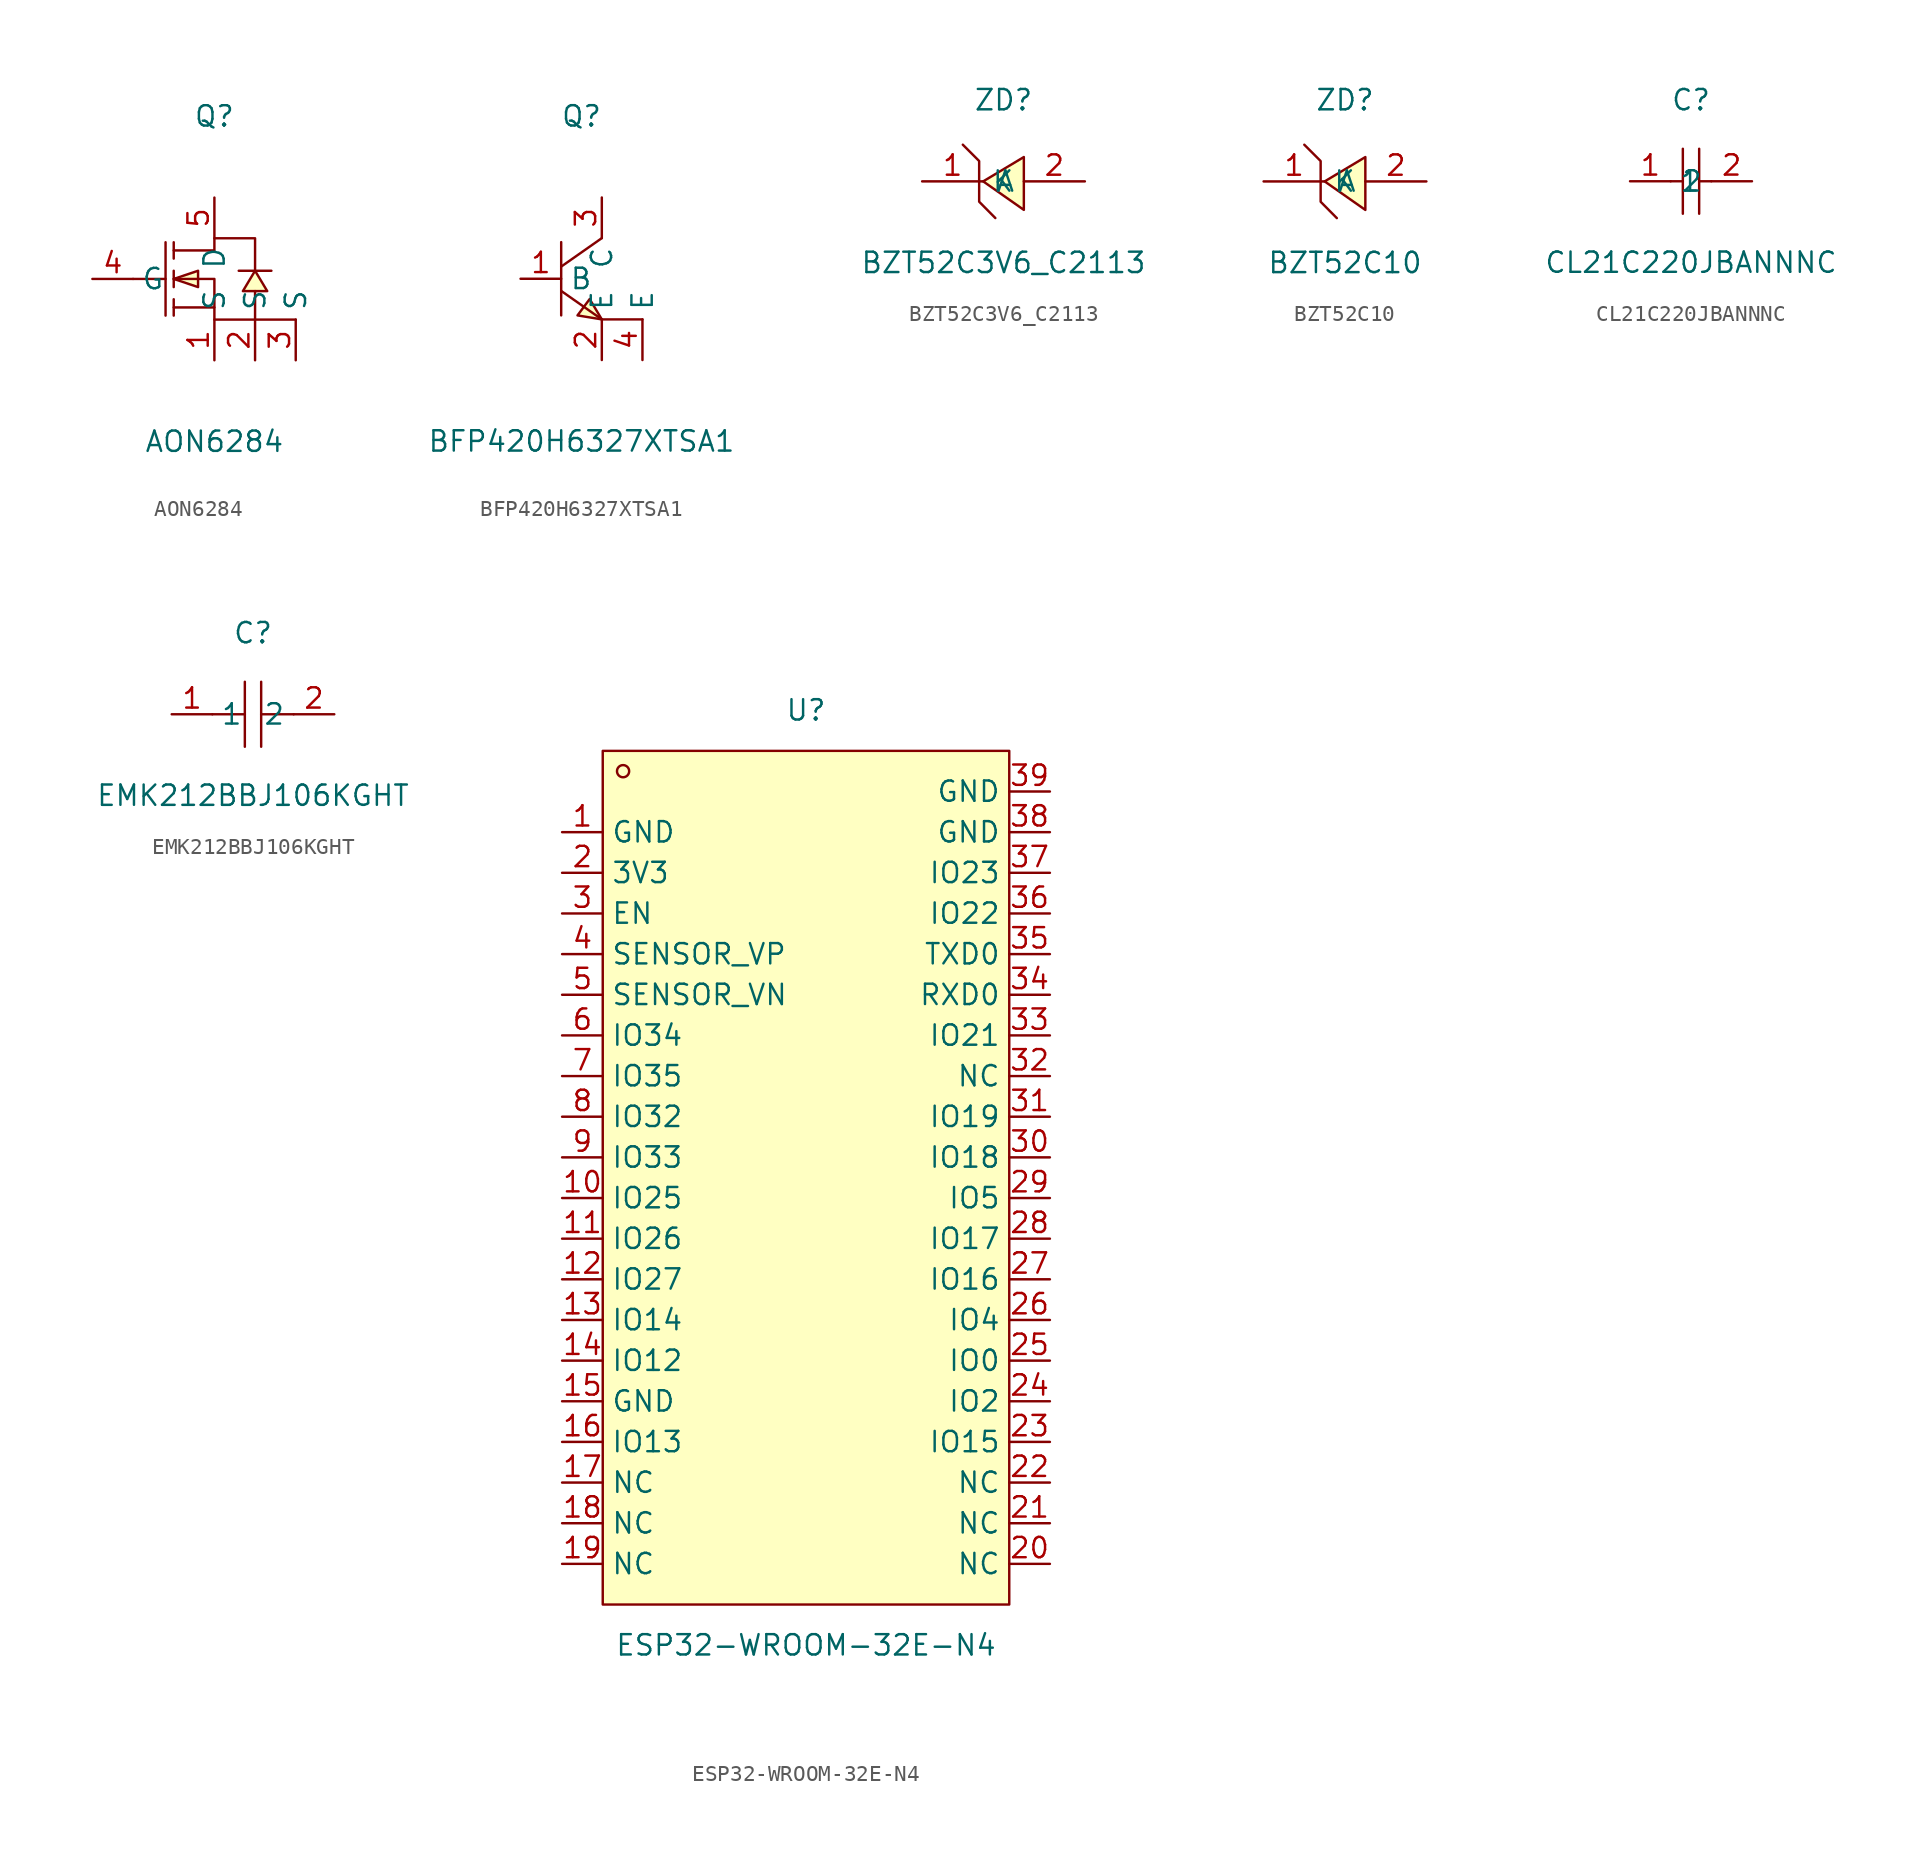
<source format=kicad_sym>
(kicad_symbol_lib
  (version 20211014)
  (generator https://github.com/uPesy/easyeda2kicad.py)
  (symbol "AON6284"
    (property "Reference" "Q"
      (at 0 10.16 0)
      (effects (font (size 1.27 1.27))))
    (property "Value" "AON6284"
      (at 0 -10.16 0)
      (effects (font (size 1.27 1.27))))
    (symbol "AON6284_0_1"
      (polyline (pts (xy 3.56 0.51) (xy 3.05 0.51) (xy 2.03 0.51) (xy 1.52 0.51)) (stroke (width 0) (type default) (color 0 0 0 0)) (fill (type none)))
      (polyline (pts (xy -5.08 -0.00) (xy -3.05 -0.00)) (stroke (width 0) (type default) (color 0 0 0 0)) (fill (type none)))
      (polyline (pts (xy -2.54 -2.29) (xy -2.54 -1.27)) (stroke (width 0) (type default) (color 0 0 0 0)) (fill (type none)))
      (polyline (pts (xy -2.54 -0.51) (xy -2.54 0.51)) (stroke (width 0) (type default) (color 0 0 0 0)) (fill (type none)))
      (polyline (pts (xy -2.54 2.29) (xy -2.54 1.27)) (stroke (width 0) (type default) (color 0 0 0 0)) (fill (type none)))
      (polyline (pts (xy -3.05 2.29) (xy -3.05 -2.29)) (stroke (width 0) (type default) (color 0 0 0 0)) (fill (type none)))
      (polyline (pts (xy 0.00 -1.78) (xy -2.54 -1.78)) (stroke (width 0) (type default) (color 0 0 0 0)) (fill (type none)))
      (polyline (pts (xy -2.54 -0.00) (xy 0.00 -0.00) (xy 0.00 -2.54) (xy 5.08 -2.54) (xy 2.54 -2.54) (xy 2.54 -0.76)) (stroke (width 0) (type default) (color 0 0 0 0)) (fill (type none)))
      (polyline (pts (xy -2.54 1.78) (xy 0.00 1.78) (xy 0.00 2.54) (xy 2.54 2.54) (xy 2.54 2.54) (xy 2.54 0.51)) (stroke (width 0) (type default) (color 0 0 0 0)) (fill (type none)))
      (polyline (pts (xy 2.54 0.51) (xy 1.78 -0.76) (xy 3.30 -0.76) (xy 2.54 0.51)) (stroke (width 0) (type default) (color 0 0 0 0)) (fill (type background)))
      (polyline (pts (xy -2.54 -0.00) (xy -1.02 -0.51) (xy -1.02 0.51) (xy -2.54 -0.00)) (stroke (width 0) (type default) (color 0 0 0 0)) (fill (type background)))
      (pin unspecified line (at 0.00 -5.08 90) (length 2.54) (name "S" (effects (font (size 1.27 1.27)))) (number "1" (effects (font (size 1.27 1.27)))))
      (pin unspecified line (at -7.62 -0.00 0) (length 2.54) (name "G" (effects (font (size 1.27 1.27)))) (number "4" (effects (font (size 1.27 1.27)))))
      (pin unspecified line (at 0.00 5.08 270) (length 2.54) (name "D" (effects (font (size 1.27 1.27)))) (number "5" (effects (font (size 1.27 1.27)))))
      (pin unspecified line (at 2.54 -5.08 90) (length 2.54) (name "S" (effects (font (size 1.27 1.27)))) (number "2" (effects (font (size 1.27 1.27)))))
      (pin unspecified line (at 5.08 -5.08 90) (length 2.54) (name "S" (effects (font (size 1.27 1.27)))) (number "3" (effects (font (size 1.27 1.27)))))))
  (symbol "BFP420H6327XTSA1"
    (property "Reference" "Q"
      (at 0 10.16 0)
      (effects (font (size 1.27 1.27))))
    (property "Value" "BFP420H6327XTSA1"
      (at 0 -10.16 0)
      (effects (font (size 1.27 1.27))))
    (symbol "BFP420H6327XTSA1_0_1"
      (polyline (pts (xy 1.27 2.54) (xy -1.27 0.76)) (stroke (width 0) (type default) (color 0 0 0 0)) (fill (type none)))
      (polyline (pts (xy -1.27 -0.76) (xy 1.27 -2.54)) (stroke (width 0) (type default) (color 0 0 0 0)) (fill (type none)))
      (polyline (pts (xy -1.27 2.29) (xy -1.27 -2.29)) (stroke (width 0) (type default) (color 0 0 0 0)) (fill (type none)))
      (polyline (pts (xy 1.27 -2.54) (xy 3.81 -2.54)) (stroke (width 0) (type default) (color 0 0 0 0)) (fill (type none)))
      (polyline (pts (xy 1.27 -2.54) (xy 0.51 -1.27) (xy -0.25 -2.29) (xy 1.27 -2.54)) (stroke (width 0) (type default) (color 0 0 0 0)) (fill (type background)))
      (pin unspecified line (at 1.27 5.08 270) (length 2.54) (name "C" (effects (font (size 1.27 1.27)))) (number "3" (effects (font (size 1.27 1.27)))))
      (pin unspecified line (at -3.81 -0.00 0) (length 2.54) (name "B" (effects (font (size 1.27 1.27)))) (number "1" (effects (font (size 1.27 1.27)))))
      (pin unspecified line (at 1.27 -5.08 90) (length 2.54) (name "E" (effects (font (size 1.27 1.27)))) (number "2" (effects (font (size 1.27 1.27)))))
      (pin unspecified line (at 3.81 -5.08 90) (length 2.54) (name "E" (effects (font (size 1.27 1.27)))) (number "4" (effects (font (size 1.27 1.27)))))))
  (symbol "BZT52C3V6_C2113"
    (property "Reference" "ZD"
      (at 0 5.08 0)
      (effects (font (size 1.27 1.27))))
    (property "Value" "BZT52C3V6_C2113"
      (at 0 -5.08 0)
      (effects (font (size 1.27 1.27))))
    (symbol "BZT52C3V6_C2113_0_1"
      (polyline (pts (xy 1.27 1.52) (xy -1.27 -0.00) (xy 1.27 -1.78) (xy 1.27 1.52)) (stroke (width 0) (type default) (color 0 0 0 0)) (fill (type background)))
      (polyline (pts (xy -2.54 2.29) (xy -1.52 1.27) (xy -1.52 -1.27) (xy -0.51 -2.29)) (stroke (width 0) (type default) (color 0 0 0 0)) (fill (type none)))
      (pin unspecified line (at -5.08 -0.00 0) (length 3.81) (name "K" (effects (font (size 1.27 1.27)))) (number "1" (effects (font (size 1.27 1.27)))))
      (pin unspecified line (at 5.08 -0.00 180) (length 3.81) (name "A" (effects (font (size 1.27 1.27)))) (number "2" (effects (font (size 1.27 1.27)))))))
  (symbol "BZT52C10"
    (property "Reference" "ZD"
      (at 0 5.08 0)
      (effects (font (size 1.27 1.27))))
    (property "Value" "BZT52C10"
      (at 0 -5.08 0)
      (effects (font (size 1.27 1.27))))
    (symbol "BZT52C10_0_1"
      (polyline (pts (xy 1.27 1.52) (xy -1.27 -0.00) (xy 1.27 -1.78) (xy 1.27 1.52)) (stroke (width 0) (type default) (color 0 0 0 0)) (fill (type background)))
      (polyline (pts (xy -2.54 2.29) (xy -1.52 1.27) (xy -1.52 -1.27) (xy -0.51 -2.29)) (stroke (width 0) (type default) (color 0 0 0 0)) (fill (type none)))
      (pin unspecified line (at 5.08 -0.00 180) (length 3.81) (name "A" (effects (font (size 1.27 1.27)))) (number "2" (effects (font (size 1.27 1.27)))))
      (pin unspecified line (at -5.08 -0.00 0) (length 3.81) (name "K" (effects (font (size 1.27 1.27)))) (number "1" (effects (font (size 1.27 1.27)))))))
  (symbol "CL21C220JBANNNC"
    (property "Reference" "C"
      (at 0 5.08 0)
      (effects (font (size 1.27 1.27))))
    (property "Value" "CL21C220JBANNNC"
      (at 0 -5.08 0)
      (effects (font (size 1.27 1.27))))
    (symbol "CL21C220JBANNNC_0_1"
      (polyline (pts (xy -0.51 2.03) (xy -0.51 -2.03)) (stroke (width 0) (type default) (color 0 0 0 0)) (fill (type none)))
      (polyline (pts (xy 0.51 2.03) (xy 0.51 -2.03)) (stroke (width 0) (type default) (color 0 0 0 0)) (fill (type none)))
      (polyline (pts (xy -1.27 -0.00) (xy -0.51 -0.00)) (stroke (width 0) (type default) (color 0 0 0 0)) (fill (type none)))
      (polyline (pts (xy 0.51 -0.00) (xy 1.27 -0.00)) (stroke (width 0) (type default) (color 0 0 0 0)) (fill (type none)))
      (pin input line (at -3.81 -0.00 0) (length 2.54) (name "1" (effects (font (size 1.27 1.27)))) (number "1" (effects (font (size 1.27 1.27)))))
      (pin input line (at 3.81 -0.00 180) (length 2.54) (name "2" (effects (font (size 1.27 1.27)))) (number "2" (effects (font (size 1.27 1.27)))))))
  (symbol "EMK212BBJ106KGHT"
    (property "Reference" "C"
      (at 0 5.08 0)
      (effects (font (size 1.27 1.27))))
    (property "Value" "EMK212BBJ106KGHT"
      (at 0 -5.08 0)
      (effects (font (size 1.27 1.27))))
    (symbol "EMK212BBJ106KGHT_0_1"
      (polyline (pts (xy -0.51 -2.03) (xy -0.51 2.03)) (stroke (width 0) (type default) (color 0 0 0 0)) (fill (type none)))
      (polyline (pts (xy 2.54 -0.00) (xy 0.51 -0.00)) (stroke (width 0) (type default) (color 0 0 0 0)) (fill (type none)))
      (polyline (pts (xy 0.51 2.03) (xy 0.51 -2.03)) (stroke (width 0) (type default) (color 0 0 0 0)) (fill (type none)))
      (polyline (pts (xy -0.51 -0.00) (xy -2.54 -0.00)) (stroke (width 0) (type default) (color 0 0 0 0)) (fill (type none)))
      (pin unspecified line (at -5.08 -0.00 0) (length 2.54) (name "1" (effects (font (size 1.27 1.27)))) (number "1" (effects (font (size 1.27 1.27)))))
      (pin unspecified line (at 5.08 -0.00 180) (length 2.54) (name "2" (effects (font (size 1.27 1.27)))) (number "2" (effects (font (size 1.27 1.27)))))))
  (symbol "ESP32-WROOM-32E-N4"
    (property "Reference" "U"
      (at 0 29.21 0)
      (effects (font (size 1.27 1.27))))
    (property "Value" "ESP32-WROOM-32E-N4"
      (at 0 -29.21 0)
      (effects (font (size 1.27 1.27))))
    (symbol "ESP32-WROOM-32E-N4_0_1"
      (rectangle (start -12.70 26.67) (end 12.70 -26.67) (stroke (width 0) (type default) (color 0 0 0 0)) (fill (type background)))
      (circle (center -11.43 25.40) (radius 0.38) (stroke (width 0) (type default) (color 0 0 0 0)) (fill (type none)))
      (pin unspecified line (at -15.24 21.59 0) (length 2.54) (name "GND" (effects (font (size 1.27 1.27)))) (number "1" (effects (font (size 1.27 1.27)))))
      (pin unspecified line (at -15.24 19.05 0) (length 2.54) (name "3V3" (effects (font (size 1.27 1.27)))) (number "2" (effects (font (size 1.27 1.27)))))
      (pin unspecified line (at -15.24 16.51 0) (length 2.54) (name "EN" (effects (font (size 1.27 1.27)))) (number "3" (effects (font (size 1.27 1.27)))))
      (pin unspecified line (at -15.24 13.97 0) (length 2.54) (name "SENSOR_VP" (effects (font (size 1.27 1.27)))) (number "4" (effects (font (size 1.27 1.27)))))
      (pin unspecified line (at -15.24 11.43 0) (length 2.54) (name "SENSOR_VN" (effects (font (size 1.27 1.27)))) (number "5" (effects (font (size 1.27 1.27)))))
      (pin unspecified line (at -15.24 8.89 0) (length 2.54) (name "IO34" (effects (font (size 1.27 1.27)))) (number "6" (effects (font (size 1.27 1.27)))))
      (pin unspecified line (at -15.24 6.35 0) (length 2.54) (name "IO35" (effects (font (size 1.27 1.27)))) (number "7" (effects (font (size 1.27 1.27)))))
      (pin unspecified line (at -15.24 3.81 0) (length 2.54) (name "IO32" (effects (font (size 1.27 1.27)))) (number "8" (effects (font (size 1.27 1.27)))))
      (pin unspecified line (at -15.24 1.27 0) (length 2.54) (name "IO33" (effects (font (size 1.27 1.27)))) (number "9" (effects (font (size 1.27 1.27)))))
      (pin unspecified line (at -15.24 -1.27 0) (length 2.54) (name "IO25" (effects (font (size 1.27 1.27)))) (number "10" (effects (font (size 1.27 1.27)))))
      (pin unspecified line (at -15.24 -3.81 0) (length 2.54) (name "IO26" (effects (font (size 1.27 1.27)))) (number "11" (effects (font (size 1.27 1.27)))))
      (pin unspecified line (at -15.24 -6.35 0) (length 2.54) (name "IO27" (effects (font (size 1.27 1.27)))) (number "12" (effects (font (size 1.27 1.27)))))
      (pin unspecified line (at -15.24 -8.89 0) (length 2.54) (name "IO14" (effects (font (size 1.27 1.27)))) (number "13" (effects (font (size 1.27 1.27)))))
      (pin unspecified line (at -15.24 -11.43 0) (length 2.54) (name "IO12" (effects (font (size 1.27 1.27)))) (number "14" (effects (font (size 1.27 1.27)))))
      (pin unspecified line (at -15.24 -13.97 0) (length 2.54) (name "GND" (effects (font (size 1.27 1.27)))) (number "15" (effects (font (size 1.27 1.27)))))
      (pin unspecified line (at -15.24 -16.51 0) (length 2.54) (name "IO13" (effects (font (size 1.27 1.27)))) (number "16" (effects (font (size 1.27 1.27)))))
      (pin unspecified line (at -15.24 -19.05 0) (length 2.54) (name "NC" (effects (font (size 1.27 1.27)))) (number "17" (effects (font (size 1.27 1.27)))))
      (pin unspecified line (at -15.24 -21.59 0) (length 2.54) (name "NC" (effects (font (size 1.27 1.27)))) (number "18" (effects (font (size 1.27 1.27)))))
      (pin unspecified line (at -15.24 -24.13 0) (length 2.54) (name "NC" (effects (font (size 1.27 1.27)))) (number "19" (effects (font (size 1.27 1.27)))))
      (pin unspecified line (at 15.24 -24.13 180) (length 2.54) (name "NC" (effects (font (size 1.27 1.27)))) (number "20" (effects (font (size 1.27 1.27)))))
      (pin unspecified line (at 15.24 -21.59 180) (length 2.54) (name "NC" (effects (font (size 1.27 1.27)))) (number "21" (effects (font (size 1.27 1.27)))))
      (pin unspecified line (at 15.24 -19.05 180) (length 2.54) (name "NC" (effects (font (size 1.27 1.27)))) (number "22" (effects (font (size 1.27 1.27)))))
      (pin unspecified line (at 15.24 -16.51 180) (length 2.54) (name "IO15" (effects (font (size 1.27 1.27)))) (number "23" (effects (font (size 1.27 1.27)))))
      (pin unspecified line (at 15.24 -13.97 180) (length 2.54) (name "IO2" (effects (font (size 1.27 1.27)))) (number "24" (effects (font (size 1.27 1.27)))))
      (pin unspecified line (at 15.24 -11.43 180) (length 2.54) (name "IO0" (effects (font (size 1.27 1.27)))) (number "25" (effects (font (size 1.27 1.27)))))
      (pin unspecified line (at 15.24 -8.89 180) (length 2.54) (name "IO4" (effects (font (size 1.27 1.27)))) (number "26" (effects (font (size 1.27 1.27)))))
      (pin unspecified line (at 15.24 -6.35 180) (length 2.54) (name "IO16" (effects (font (size 1.27 1.27)))) (number "27" (effects (font (size 1.27 1.27)))))
      (pin unspecified line (at 15.24 -3.81 180) (length 2.54) (name "IO17" (effects (font (size 1.27 1.27)))) (number "28" (effects (font (size 1.27 1.27)))))
      (pin unspecified line (at 15.24 -1.27 180) (length 2.54) (name "IO5" (effects (font (size 1.27 1.27)))) (number "29" (effects (font (size 1.27 1.27)))))
      (pin unspecified line (at 15.24 1.27 180) (length 2.54) (name "IO18" (effects (font (size 1.27 1.27)))) (number "30" (effects (font (size 1.27 1.27)))))
      (pin unspecified line (at 15.24 3.81 180) (length 2.54) (name "IO19" (effects (font (size 1.27 1.27)))) (number "31" (effects (font (size 1.27 1.27)))))
      (pin unspecified line (at 15.24 6.35 180) (length 2.54) (name "NC" (effects (font (size 1.27 1.27)))) (number "32" (effects (font (size 1.27 1.27)))))
      (pin unspecified line (at 15.24 8.89 180) (length 2.54) (name "IO21" (effects (font (size 1.27 1.27)))) (number "33" (effects (font (size 1.27 1.27)))))
      (pin unspecified line (at 15.24 11.43 180) (length 2.54) (name "RXD0" (effects (font (size 1.27 1.27)))) (number "34" (effects (font (size 1.27 1.27)))))
      (pin unspecified line (at 15.24 13.97 180) (length 2.54) (name "TXD0" (effects (font (size 1.27 1.27)))) (number "35" (effects (font (size 1.27 1.27)))))
      (pin unspecified line (at 15.24 16.51 180) (length 2.54) (name "IO22" (effects (font (size 1.27 1.27)))) (number "36" (effects (font (size 1.27 1.27)))))
      (pin unspecified line (at 15.24 19.05 180) (length 2.54) (name "IO23" (effects (font (size 1.27 1.27)))) (number "37" (effects (font (size 1.27 1.27)))))
      (pin unspecified line (at 15.24 21.59 180) (length 2.54) (name "GND" (effects (font (size 1.27 1.27)))) (number "38" (effects (font (size 1.27 1.27)))))
      (pin unspecified line (at 15.24 24.13 180) (length 2.54) (name "GND" (effects (font (size 1.27 1.27)))) (number "39" (effects (font (size 1.27 1.27))))))))
</source>
